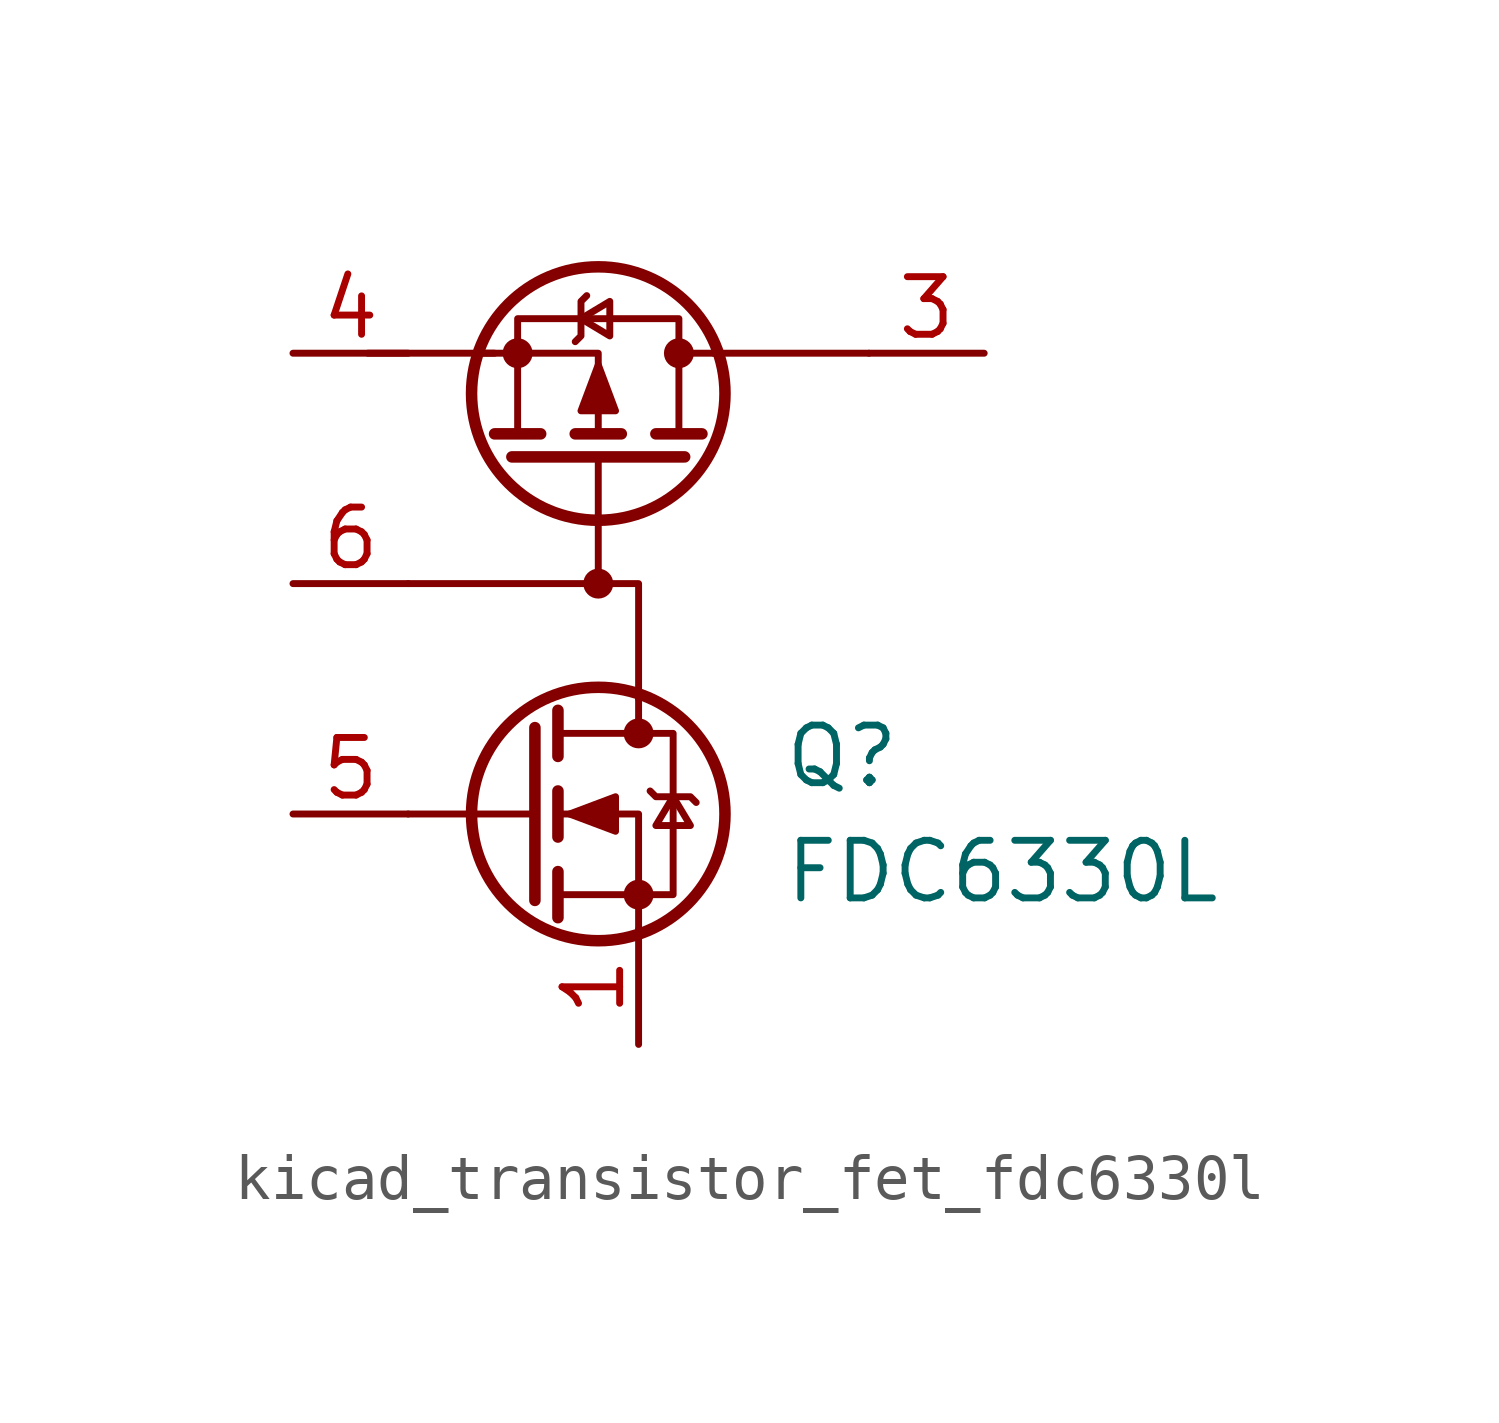
<source format=kicad_sym>
(kicad_symbol_lib
  (version 20220914)
  (generator kicad_symbol_editor)
  (symbol "kicad_transistor_fet_fdc6330l"
    (pin_names hide)
    (property "Reference" "Q"
      (at 3.175 -1.27 0)
      (effects (font (size 1.27 1.27)) (justify left)))
    (property "Value" "FDC6330L"
      (at 3.175 -3.81 0)
      (effects (font (size 1.27 1.27)) (justify left)))
    (symbol "kicad_transistor_fet_fdc6330l_0_1"
      (circle (center -0.889 -2.54) (radius 2.794) (stroke (width 0.254) (type default)) (fill (type none)))
      (circle (center 0 -4.318) (radius 0.254) (stroke (width 0) (type default)) (fill (type outline)))
      (circle (center 0 -0.762) (radius 0.254) (stroke (width 0) (type default)) (fill (type outline)))
      (polyline (pts (xy -2.286 -2.54) (xy -5.08 -2.54)) (stroke (width 0) (type default)) (fill (type none)))
      (polyline (pts (xy -2.286 -0.635) (xy -2.286 -4.445)) (stroke (width 0.254) (type default)) (fill (type none)))
      (polyline (pts (xy -1.778 -3.81) (xy -1.778 -4.826)) (stroke (width 0.254) (type default)) (fill (type none)))
      (polyline (pts (xy -1.778 -2.032) (xy -1.778 -3.048)) (stroke (width 0.254) (type default)) (fill (type none)))
      (polyline (pts (xy -1.778 -0.254) (xy -1.778 -1.27)) (stroke (width 0.254) (type default)) (fill (type none)))
      (polyline (pts (xy 0 0) (xy 0 -0.762)) (stroke (width 0) (type default)) (fill (type none)))
      (polyline (pts (xy 5.08 7.62) (xy 1.651 7.62)) (stroke (width 0) (type default)) (fill (type none)))
      (polyline (pts (xy -5.08 2.54) (xy 0 2.54) (xy 0 0)) (stroke (width 0) (type default)) (fill (type none)))
      (polyline (pts (xy 0 -5.08) (xy 0 -2.54) (xy -1.778 -2.54)) (stroke (width 0) (type default)) (fill (type none)))
      (polyline (pts (xy -1.778 -4.318) (xy 0.762 -4.318) (xy 0.762 -0.762) (xy -1.778 -0.762)) (stroke (width 0) (type default)) (fill (type none))))
    (symbol "kicad_transistor_fet_fdc6330l_1_1"
      (circle (center -2.667 7.62) (radius 0.254) (stroke (width 0) (type default)) (fill (type outline)))
      (circle (center -0.889 2.54) (radius 0.254) (stroke (width 0) (type default)) (fill (type outline)))
      (circle (center -0.889 6.731) (radius 2.794) (stroke (width 0.254) (type default)) (fill (type none)))
      (polyline (pts (xy -3.175 7.62) (xy -5.969 7.62)) (stroke (width 0) (type default)) (fill (type none)))
      (polyline (pts (xy -2.159 5.842) (xy -3.175 5.842)) (stroke (width 0.254) (type default)) (fill (type none)))
      (polyline (pts (xy -0.889 5.334) (xy -0.889 2.54)) (stroke (width 0) (type default)) (fill (type none)))
      (polyline (pts (xy -0.381 5.842) (xy -1.397 5.842)) (stroke (width 0.254) (type default)) (fill (type none)))
      (polyline (pts (xy 1.016 5.334) (xy -2.794 5.334)) (stroke (width 0.254) (type default)) (fill (type none)))
      (polyline (pts (xy 1.397 5.842) (xy 0.381 5.842)) (stroke (width 0.254) (type default)) (fill (type none)))
      (polyline (pts (xy 1.651 7.62) (xy 0.889 7.62)) (stroke (width 0) (type default)) (fill (type none)))
      (polyline (pts (xy -3.429 7.62) (xy -0.889 7.62) (xy -0.889 5.842)) (stroke (width 0) (type default)) (fill (type none)))
      (polyline (pts (xy -2.667 5.842) (xy -2.667 8.382) (xy 0.889 8.382) (xy 0.889 5.842)) (stroke (width 0) (type default)) (fill (type none)))
      (polyline (pts (xy -1.524 -2.54) (xy -0.508 -2.159) (xy -0.508 -2.921) (xy -1.524 -2.54)) (stroke (width 0) (type default)) (fill (type outline)))
      (polyline (pts (xy -1.397 7.874) (xy -1.27 8.001) (xy -1.27 8.763) (xy -1.143 8.89)) (stroke (width 0) (type default)) (fill (type none)))
      (polyline (pts (xy -1.27 8.382) (xy -0.635 8.001) (xy -0.635 8.763) (xy -1.27 8.382)) (stroke (width 0) (type default)) (fill (type none)))
      (polyline (pts (xy -0.889 7.366) (xy -0.508 6.35) (xy -1.27 6.35) (xy -0.889 7.366)) (stroke (width 0) (type default)) (fill (type outline)))
      (polyline (pts (xy 0.254 -2.032) (xy 0.381 -2.159) (xy 1.143 -2.159) (xy 1.27 -2.286)) (stroke (width 0) (type default)) (fill (type none)))
      (polyline (pts (xy 0.762 -2.159) (xy 0.381 -2.794) (xy 1.143 -2.794) (xy 0.762 -2.159)) (stroke (width 0) (type default)) (fill (type none)))
      (circle (center 0.889 7.62) (radius 0.254) (stroke (width 0) (type default)) (fill (type outline)))
      (pin passive line (at 0 -7.62 90) (length 2.54) (name "S1" (effects (font (size 1.27 1.27)))) (number "1" (effects (font (size 1.27 1.27)))))
      (pin passive line (at 7.62 7.62 180) (length 2.54) hide (name "D2" (effects (font (size 1.27 1.27)))) (number "2" (effects (font (size 1.27 1.27)))))
      (pin passive line (at 7.62 7.62 180) (length 2.54) (name "D2" (effects (font (size 1.27 1.27)))) (number "3" (effects (font (size 1.27 1.27)))))
      (pin passive line (at -7.62 7.62 0) (length 2.54) (name "S2" (effects (font (size 1.27 1.27)))) (number "4" (effects (font (size 1.27 1.27)))))
      (pin passive line (at -7.62 -2.54 0) (length 2.54) (name "G1" (effects (font (size 1.27 1.27)))) (number "5" (effects (font (size 1.27 1.27)))))
      (pin passive line (at -7.62 2.54 0) (length 2.54) (name "D1" (effects (font (size 1.27 1.27)))) (number "6" (effects (font (size 1.27 1.27))))))))
</source>
